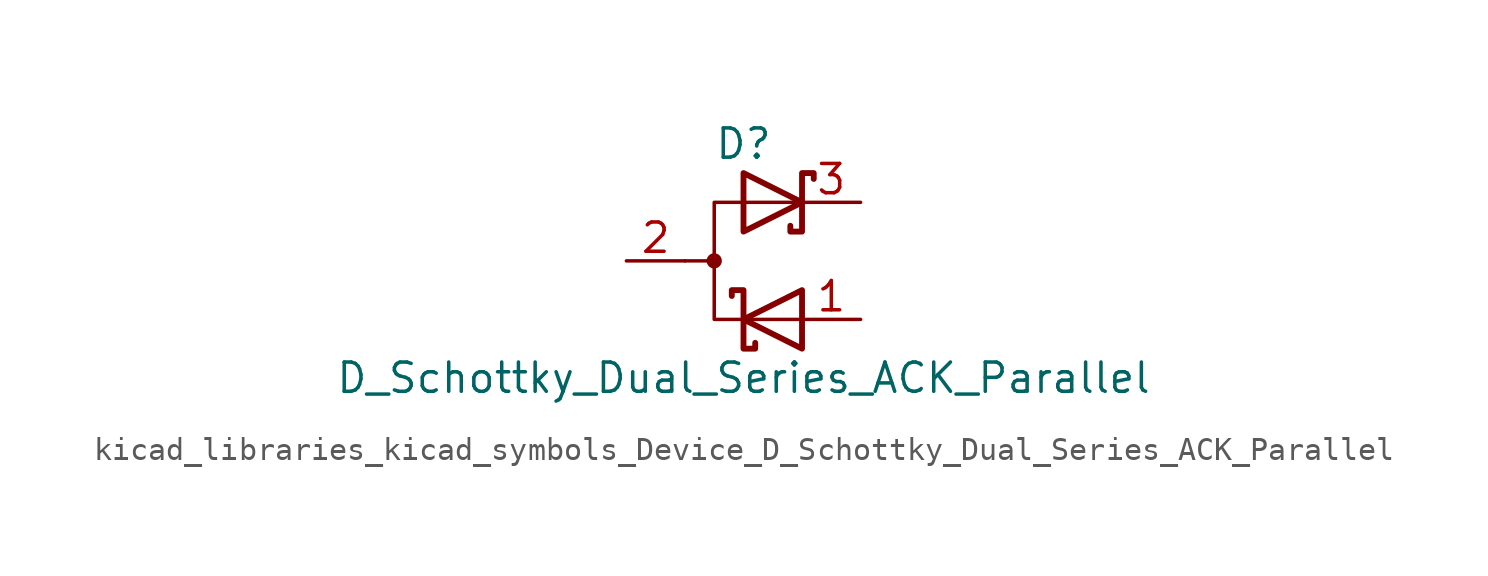
<source format=kicad_sym>
(kicad_symbol_lib
  (version 20220914)
  (generator kicad_symbol_editor)
  (symbol "kicad_libraries_kicad_symbols_Device_D_Schottky_Dual_Series_ACK_Parallel"
    (pin_names
      (offset 0.762) hide)
    (property "Reference" "D"
      (at 0 5.08 0)
      (effects (font (size 1.27 1.27))))
    (property "Value" "D_Schottky_Dual_Series_ACK_Parallel"
      (at 0 -5.08 0)
      (effects (font (size 1.27 1.27))))
    (symbol "kicad_libraries_kicad_symbols_Device_D_Schottky_Dual_Series_ACK_Parallel_0_1"
      (circle (center -1.27 0) (radius 0.254) (stroke (width 0) (type default)) (fill (type outline)))
      (polyline (pts (xy -1.27 0) (xy -2.54 0)) (stroke (width 0) (type default)) (fill (type none)))
      (polyline (pts (xy 2.54 2.54) (xy -1.27 2.54) (xy -1.27 -2.54) (xy 2.54 -2.54)) (stroke (width 0) (type default)) (fill (type none)))
      (polyline (pts (xy -0.508 -1.524) (xy -0.508 -1.27) (xy 0 -1.27) (xy 0 -3.81) (xy 0.508 -3.81) (xy 0.508 -3.556)) (stroke (width 0.254) (type default)) (fill (type none)))
      (polyline (pts (xy 0 3.81) (xy 2.54 2.54) (xy 0 1.27) (xy 0 3.81) (xy 0 3.81) (xy 0 3.81)) (stroke (width 0.254) (type default)) (fill (type none)))
      (polyline (pts (xy 2.54 -1.27) (xy 0 -2.54) (xy 2.54 -3.81) (xy 2.54 -1.27) (xy 2.54 -1.27) (xy 2.54 -1.27)) (stroke (width 0.254) (type default)) (fill (type none)))
      (polyline (pts (xy 3.048 3.556) (xy 3.048 3.81) (xy 2.54 3.81) (xy 2.54 1.27) (xy 2.032 1.27) (xy 2.032 1.524)) (stroke (width 0.254) (type default)) (fill (type none)))
      (pin passive line (at 5.08 -2.54 180) (length 2.54) (name "K" (effects (font (size 1.27 1.27)))) (number "1" (effects (font (size 1.27 1.27)))))
      (pin passive line (at -5.08 0 0) (length 2.54) (name "A" (effects (font (size 1.27 1.27)))) (number "2" (effects (font (size 1.27 1.27)))))
      (pin passive line (at 5.08 2.54 180) (length 2.54) (name "K" (effects (font (size 1.27 1.27)))) (number "3" (effects (font (size 1.27 1.27))))))))
</source>
